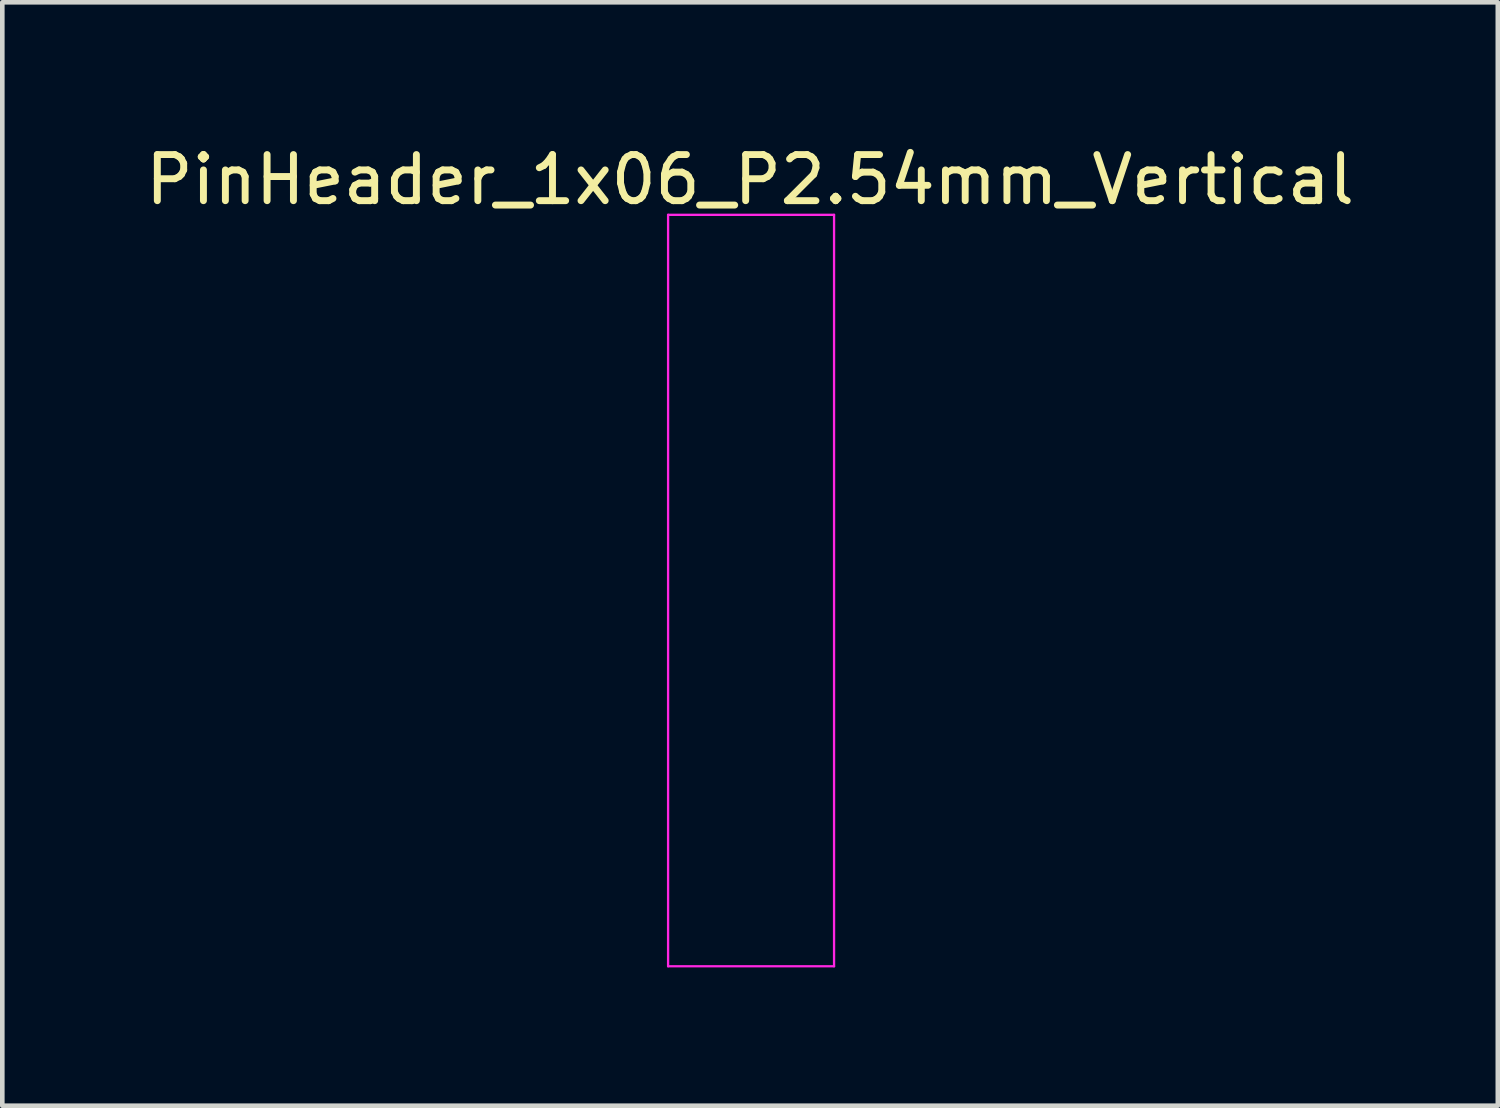
<source format=kicad_pcb>
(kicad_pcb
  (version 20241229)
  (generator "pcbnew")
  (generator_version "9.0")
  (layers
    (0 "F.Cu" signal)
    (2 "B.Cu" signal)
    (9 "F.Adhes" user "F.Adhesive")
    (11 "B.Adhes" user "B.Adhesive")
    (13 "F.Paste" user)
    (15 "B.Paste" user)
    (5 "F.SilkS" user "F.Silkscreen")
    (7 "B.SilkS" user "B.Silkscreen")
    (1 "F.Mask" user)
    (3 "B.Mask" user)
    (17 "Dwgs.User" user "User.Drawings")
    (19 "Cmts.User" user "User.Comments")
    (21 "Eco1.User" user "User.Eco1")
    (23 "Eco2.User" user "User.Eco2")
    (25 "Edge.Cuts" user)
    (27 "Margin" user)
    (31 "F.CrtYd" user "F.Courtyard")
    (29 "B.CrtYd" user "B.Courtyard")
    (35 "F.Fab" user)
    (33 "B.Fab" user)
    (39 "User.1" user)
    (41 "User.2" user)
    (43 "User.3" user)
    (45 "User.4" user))
  (footprint "PinHeader_1x06_P2.54mm_Vertical"
    (layer "F.Cu")
    (at 13.22 3.388)
    (property "Reference" "PinHeader_1x06_P2.54mm_Vertical" (at 0 -2.54 0) (layer "F.SilkS") (effects (font (size 1 1) (thickness 0.15))))
    (attr through_hole)
    (fp_line (start -1.778 -1.778) (end -1.778 14.522) (stroke (width 0.05) (type solid)) (layer "F.CrtYd"))
    (fp_line (start -1.778 14.522) (end 1.822 14.522) (stroke (width 0.05) (type solid)) (layer "F.CrtYd"))
    (fp_line (start 1.822 -1.778) (end -1.778 -1.778) (stroke (width 0.05) (type solid)) (layer "F.CrtYd"))
    (fp_line (start 1.822 14.522) (end 1.822 -1.778) (stroke (width 0.05) (type solid)) (layer "F.CrtYd")))
  (gr_rect
    (start -3 -3)
    (end 29.44 20.935)
    (stroke (width 0.1) (type default))
    (fill no)
    (layer "Edge.Cuts")))
</source>
